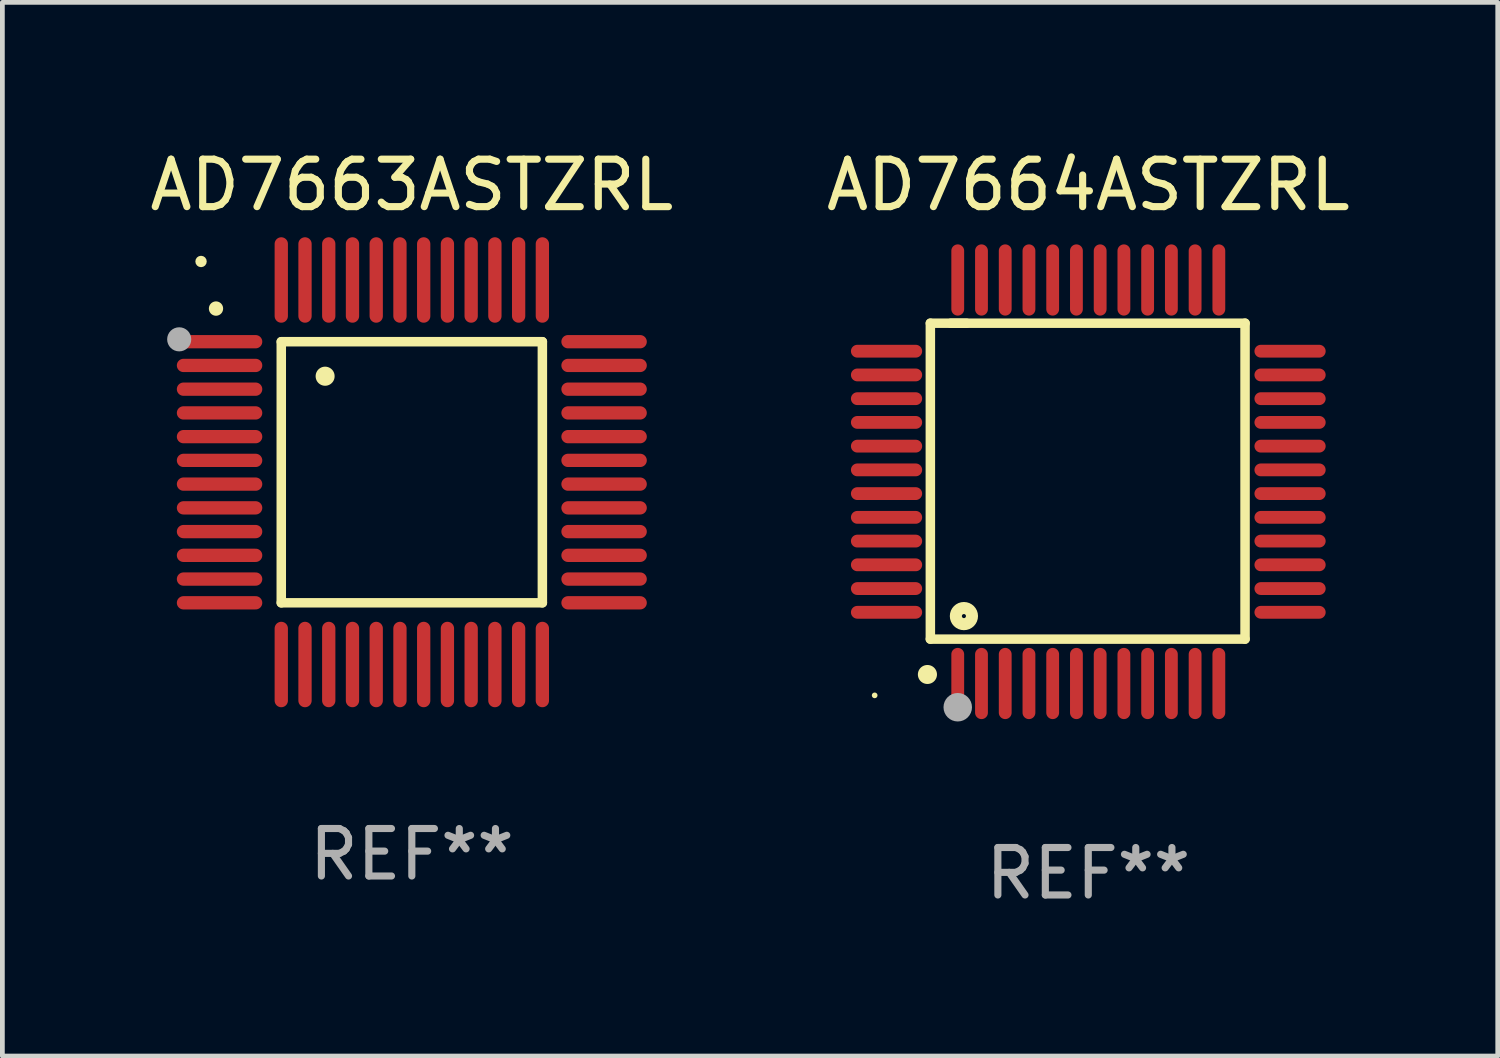
<source format=kicad_pcb>
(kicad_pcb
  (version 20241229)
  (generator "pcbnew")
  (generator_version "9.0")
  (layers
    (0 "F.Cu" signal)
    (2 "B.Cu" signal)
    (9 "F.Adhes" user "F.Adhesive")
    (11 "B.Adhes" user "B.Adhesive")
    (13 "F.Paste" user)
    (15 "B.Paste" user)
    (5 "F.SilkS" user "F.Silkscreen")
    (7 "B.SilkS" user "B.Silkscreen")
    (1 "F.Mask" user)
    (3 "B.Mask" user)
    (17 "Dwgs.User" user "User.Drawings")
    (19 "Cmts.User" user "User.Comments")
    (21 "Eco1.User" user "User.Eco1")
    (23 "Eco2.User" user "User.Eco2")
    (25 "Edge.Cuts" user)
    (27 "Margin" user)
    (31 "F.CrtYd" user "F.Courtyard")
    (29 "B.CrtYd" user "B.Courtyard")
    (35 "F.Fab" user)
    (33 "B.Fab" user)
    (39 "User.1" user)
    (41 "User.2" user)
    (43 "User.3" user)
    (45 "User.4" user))
  (footprint "AD7663ASTZRL"
    (layer "F.Cu")
    (at 5.625 6.898)
    (property "Reference" "AD7663ASTZRL" (at 0 -6.05 0) (layer "F.SilkS") (effects (font (size 1 1) (thickness 0.15))))
    (attr through_hole)
    (fp_line (start -2.75 -2.75) (end 2.75 -2.75) (stroke (width 0.2) (type solid)) (layer "F.SilkS"))
    (fp_line (start -2.75 2.75) (end -2.75 -2.75) (stroke (width 0.2) (type solid)) (layer "F.SilkS"))
    (fp_line (start 2.75 -2.75) (end 2.75 2.75) (stroke (width 0.2) (type solid)) (layer "F.SilkS"))
    (fp_line (start 2.75 2.75) (end -2.75 2.75) (stroke (width 0.2) (type solid)) (layer "F.SilkS"))
    (fp_arc (start -4.124968 -3.446787) (mid -4.124973 -3.448057) (end -4.124968 -3.449327) (stroke (width 0.3) (type solid)) (layer "F.SilkS"))
    (fp_arc (start -1.826264 -2.021844) (mid -1.826268 -2.023114) (end -1.826264 -2.024384) (stroke (width 0.4) (type solid)) (layer "F.SilkS"))
    (fp_circle (center -4.44 -4.44) (end -4.38 -4.44) (stroke (width 0.12) (type solid)) (fill no) (layer "F.SilkS"))
    (fp_circle (center -4.9 -2.8) (end -4.773 -2.8) (stroke (width 0.254) (type solid)) (fill no) (layer "F.Fab"))
    (fp_text user "REF**" (at 0 8.05 0) (layer "F.Fab") (effects (font (size 1 1) (thickness 0.15))))
    (pad "1" smd oval (at -4.05 -2.75 90) (size 0.28 1.8) (layers "F.Cu" "F.Mask" "F.Paste"))
    (pad "2" smd oval (at -4.05 -2.25 90) (size 0.28 1.8) (layers "F.Cu" "F.Mask" "F.Paste"))
    (pad "3" smd oval (at -4.05 -1.75 90) (size 0.28 1.8) (layers "F.Cu" "F.Mask" "F.Paste"))
    (pad "4" smd oval (at -4.05 -1.25 90) (size 0.28 1.8) (layers "F.Cu" "F.Mask" "F.Paste"))
    (pad "5" smd oval (at -4.05 -0.75 90) (size 0.28 1.8) (layers "F.Cu" "F.Mask" "F.Paste"))
    (pad "6" smd oval (at -4.05 -0.25 90) (size 0.28 1.8) (layers "F.Cu" "F.Mask" "F.Paste"))
    (pad "7" smd oval (at -4.05 0.25 90) (size 0.28 1.8) (layers "F.Cu" "F.Mask" "F.Paste"))
    (pad "8" smd oval (at -4.05 0.75 90) (size 0.28 1.8) (layers "F.Cu" "F.Mask" "F.Paste"))
    (pad "9" smd oval (at -4.05 1.25 90) (size 0.28 1.8) (layers "F.Cu" "F.Mask" "F.Paste"))
    (pad "10" smd oval (at -4.05 1.75 90) (size 0.28 1.8) (layers "F.Cu" "F.Mask" "F.Paste"))
    (pad "11" smd oval (at -4.05 2.25 90) (size 0.28 1.8) (layers "F.Cu" "F.Mask" "F.Paste"))
    (pad "12" smd oval (at -4.05 2.75 90) (size 0.28 1.8) (layers "F.Cu" "F.Mask" "F.Paste"))
    (pad "13" smd oval (at -2.75 4.05) (size 0.28 1.8) (layers "F.Cu" "F.Mask" "F.Paste"))
    (pad "14" smd oval (at -2.25 4.05) (size 0.28 1.8) (layers "F.Cu" "F.Mask" "F.Paste"))
    (pad "15" smd oval (at -1.75 4.05) (size 0.28 1.8) (layers "F.Cu" "F.Mask" "F.Paste"))
    (pad "16" smd oval (at -1.25 4.05) (size 0.28 1.8) (layers "F.Cu" "F.Mask" "F.Paste"))
    (pad "17" smd oval (at -0.75 4.05) (size 0.28 1.8) (layers "F.Cu" "F.Mask" "F.Paste"))
    (pad "18" smd oval (at -0.25 4.05) (size 0.28 1.8) (layers "F.Cu" "F.Mask" "F.Paste"))
    (pad "19" smd oval (at 0.25 4.05) (size 0.28 1.8) (layers "F.Cu" "F.Mask" "F.Paste"))
    (pad "20" smd oval (at 0.75 4.05) (size 0.28 1.8) (layers "F.Cu" "F.Mask" "F.Paste"))
    (pad "21" smd oval (at 1.25 4.05) (size 0.28 1.8) (layers "F.Cu" "F.Mask" "F.Paste"))
    (pad "22" smd oval (at 1.75 4.05) (size 0.28 1.8) (layers "F.Cu" "F.Mask" "F.Paste"))
    (pad "23" smd oval (at 2.25 4.05) (size 0.28 1.8) (layers "F.Cu" "F.Mask" "F.Paste"))
    (pad "24" smd oval (at 2.75 4.05) (size 0.28 1.8) (layers "F.Cu" "F.Mask" "F.Paste"))
    (pad "25" smd oval (at 4.05 2.75 90) (size 0.28 1.8) (layers "F.Cu" "F.Mask" "F.Paste"))
    (pad "26" smd oval (at 4.05 2.25 90) (size 0.28 1.8) (layers "F.Cu" "F.Mask" "F.Paste"))
    (pad "27" smd oval (at 4.05 1.75 90) (size 0.28 1.8) (layers "F.Cu" "F.Mask" "F.Paste"))
    (pad "28" smd oval (at 4.05 1.25 90) (size 0.28 1.8) (layers "F.Cu" "F.Mask" "F.Paste"))
    (pad "29" smd oval (at 4.05 0.75 90) (size 0.28 1.8) (layers "F.Cu" "F.Mask" "F.Paste"))
    (pad "30" smd oval (at 4.05 0.25 90) (size 0.28 1.8) (layers "F.Cu" "F.Mask" "F.Paste"))
    (pad "31" smd oval (at 4.05 -0.25 90) (size 0.28 1.8) (layers "F.Cu" "F.Mask" "F.Paste"))
    (pad "32" smd oval (at 4.05 -0.75 90) (size 0.28 1.8) (layers "F.Cu" "F.Mask" "F.Paste"))
    (pad "33" smd oval (at 4.05 -1.25 90) (size 0.28 1.8) (layers "F.Cu" "F.Mask" "F.Paste"))
    (pad "34" smd oval (at 4.05 -1.75 90) (size 0.28 1.8) (layers "F.Cu" "F.Mask" "F.Paste"))
    (pad "35" smd oval (at 4.05 -2.25 90) (size 0.28 1.8) (layers "F.Cu" "F.Mask" "F.Paste"))
    (pad "36" smd oval (at 4.05 -2.75 90) (size 0.28 1.8) (layers "F.Cu" "F.Mask" "F.Paste"))
    (pad "37" smd oval (at 2.75 -4.05) (size 0.28 1.8) (layers "F.Cu" "F.Mask" "F.Paste"))
    (pad "38" smd oval (at 2.25 -4.05) (size 0.28 1.8) (layers "F.Cu" "F.Mask" "F.Paste"))
    (pad "39" smd oval (at 1.75 -4.05) (size 0.28 1.8) (layers "F.Cu" "F.Mask" "F.Paste"))
    (pad "40" smd oval (at 1.25 -4.05) (size 0.28 1.8) (layers "F.Cu" "F.Mask" "F.Paste"))
    (pad "41" smd oval (at 0.75 -4.05) (size 0.28 1.8) (layers "F.Cu" "F.Mask" "F.Paste"))
    (pad "42" smd oval (at 0.25 -4.05) (size 0.28 1.8) (layers "F.Cu" "F.Mask" "F.Paste"))
    (pad "43" smd oval (at -0.25 -4.05) (size 0.28 1.8) (layers "F.Cu" "F.Mask" "F.Paste"))
    (pad "44" smd oval (at -0.75 -4.05) (size 0.28 1.8) (layers "F.Cu" "F.Mask" "F.Paste"))
    (pad "45" smd oval (at -1.25 -4.05) (size 0.28 1.8) (layers "F.Cu" "F.Mask" "F.Paste"))
    (pad "46" smd oval (at -1.75 -4.05) (size 0.28 1.8) (layers "F.Cu" "F.Mask" "F.Paste"))
    (pad "47" smd oval (at -2.25 -4.05) (size 0.28 1.8) (layers "F.Cu" "F.Mask" "F.Paste"))
    (pad "48" smd oval (at -2.75 -4.05) (size 0.28 1.8) (layers "F.Cu" "F.Mask" "F.Paste")))
  (footprint "AD7664ASTZRL"
    (layer "F.Cu")
    (at 19.875 7.098)
    (property "Reference" "AD7664ASTZRL" (at 0 -6.25 0) (layer "F.SilkS") (effects (font (size 1 1) (thickness 0.15))))
    (attr through_hole)
    (fp_line (start -3.327 -3.34) (end -2.565 -3.34) (stroke (width 0.2) (type solid)) (layer "F.SilkS"))
    (fp_line (start -3.327 3.315) (end -3.327 -3.34) (stroke (width 0.2) (type solid)) (layer "F.SilkS"))
    (fp_line (start -2.896 -3.34) (end 3.302 -3.34) (stroke (width 0.2) (type solid)) (layer "F.SilkS"))
    (fp_line (start 3.302 -3.34) (end 3.302 3.315) (stroke (width 0.2) (type solid)) (layer "F.SilkS"))
    (fp_line (start 3.302 3.315) (end -3.327 3.315) (stroke (width 0.2) (type solid)) (layer "F.SilkS"))
    (fp_arc (start -3.389992 4.059995) (mid -3.388722 4.059991) (end -3.387452 4.059995) (stroke (width 0.4) (type solid)) (layer "F.SilkS"))
    (fp_circle (center -4.5 4.5) (end -4.47 4.5) (stroke (width 0.06) (type solid)) (fill no) (layer "F.SilkS"))
    (fp_circle (center -2.62 2.83) (end -2.45 2.83) (stroke (width 0.254) (type solid)) (fill no) (layer "F.SilkS"))
    (fp_circle (center -2.75 4.75) (end -2.6 4.75) (stroke (width 0.3) (type solid)) (fill no) (layer "F.Fab"))
    (fp_text user "REF**" (at 0 8.25 0) (layer "F.Fab") (effects (font (size 1 1) (thickness 0.15))))
    (pad "1" smd oval (at -2.75 4.25) (size 0.27 1.5) (layers "F.Cu" "F.Mask" "F.Paste"))
    (pad "2" smd oval (at -2.25 4.25) (size 0.27 1.5) (layers "F.Cu" "F.Mask" "F.Paste"))
    (pad "3" smd oval (at -1.75 4.25) (size 0.27 1.5) (layers "F.Cu" "F.Mask" "F.Paste"))
    (pad "4" smd oval (at -1.25 4.25) (size 0.27 1.5) (layers "F.Cu" "F.Mask" "F.Paste"))
    (pad "5" smd oval (at -0.75 4.25) (size 0.27 1.5) (layers "F.Cu" "F.Mask" "F.Paste"))
    (pad "6" smd oval (at -0.25 4.25) (size 0.27 1.5) (layers "F.Cu" "F.Mask" "F.Paste"))
    (pad "7" smd oval (at 0.25 4.25) (size 0.27 1.5) (layers "F.Cu" "F.Mask" "F.Paste"))
    (pad "8" smd oval (at 0.75 4.25) (size 0.27 1.5) (layers "F.Cu" "F.Mask" "F.Paste"))
    (pad "9" smd oval (at 1.25 4.25) (size 0.27 1.5) (layers "F.Cu" "F.Mask" "F.Paste"))
    (pad "10" smd oval (at 1.75 4.25) (size 0.27 1.5) (layers "F.Cu" "F.Mask" "F.Paste"))
    (pad "11" smd oval (at 2.25 4.25) (size 0.27 1.5) (layers "F.Cu" "F.Mask" "F.Paste"))
    (pad "12" smd oval (at 2.75 4.25) (size 0.27 1.5) (layers "F.Cu" "F.Mask" "F.Paste"))
    (pad "13" smd oval (at 4.25 2.75) (size 1.5 0.27) (layers "F.Cu" "F.Mask" "F.Paste"))
    (pad "14" smd oval (at 4.25 2.25) (size 1.5 0.27) (layers "F.Cu" "F.Mask" "F.Paste"))
    (pad "15" smd oval (at 4.25 1.75) (size 1.5 0.27) (layers "F.Cu" "F.Mask" "F.Paste"))
    (pad "16" smd oval (at 4.25 1.25) (size 1.5 0.27) (layers "F.Cu" "F.Mask" "F.Paste"))
    (pad "17" smd oval (at 4.25 0.75) (size 1.5 0.27) (layers "F.Cu" "F.Mask" "F.Paste"))
    (pad "18" smd oval (at 4.25 0.25) (size 1.5 0.27) (layers "F.Cu" "F.Mask" "F.Paste"))
    (pad "19" smd oval (at 4.25 -0.25) (size 1.5 0.27) (layers "F.Cu" "F.Mask" "F.Paste"))
    (pad "20" smd oval (at 4.25 -0.75) (size 1.5 0.27) (layers "F.Cu" "F.Mask" "F.Paste"))
    (pad "21" smd oval (at 4.25 -1.25) (size 1.5 0.27) (layers "F.Cu" "F.Mask" "F.Paste"))
    (pad "22" smd oval (at 4.25 -1.75) (size 1.5 0.27) (layers "F.Cu" "F.Mask" "F.Paste"))
    (pad "23" smd oval (at 4.25 -2.25) (size 1.5 0.27) (layers "F.Cu" "F.Mask" "F.Paste"))
    (pad "24" smd oval (at 4.25 -2.75) (size 1.5 0.27) (layers "F.Cu" "F.Mask" "F.Paste"))
    (pad "25" smd oval (at 2.75 -4.25) (size 0.27 1.5) (layers "F.Cu" "F.Mask" "F.Paste"))
    (pad "26" smd oval (at 2.25 -4.25) (size 0.27 1.5) (layers "F.Cu" "F.Mask" "F.Paste"))
    (pad "27" smd oval (at 1.75 -4.25) (size 0.27 1.5) (layers "F.Cu" "F.Mask" "F.Paste"))
    (pad "28" smd oval (at 1.25 -4.25) (size 0.27 1.5) (layers "F.Cu" "F.Mask" "F.Paste"))
    (pad "29" smd oval (at 0.75 -4.25) (size 0.27 1.5) (layers "F.Cu" "F.Mask" "F.Paste"))
    (pad "30" smd oval (at 0.25 -4.25) (size 0.27 1.5) (layers "F.Cu" "F.Mask" "F.Paste"))
    (pad "31" smd oval (at -0.25 -4.25) (size 0.27 1.5) (layers "F.Cu" "F.Mask" "F.Paste"))
    (pad "32" smd oval (at -0.75 -4.25) (size 0.27 1.5) (layers "F.Cu" "F.Mask" "F.Paste"))
    (pad "33" smd oval (at -1.25 -4.25) (size 0.27 1.5) (layers "F.Cu" "F.Mask" "F.Paste"))
    (pad "34" smd oval (at -1.75 -4.25) (size 0.27 1.5) (layers "F.Cu" "F.Mask" "F.Paste"))
    (pad "35" smd oval (at -2.25 -4.25) (size 0.27 1.5) (layers "F.Cu" "F.Mask" "F.Paste"))
    (pad "36" smd oval (at -2.75 -4.25) (size 0.27 1.5) (layers "F.Cu" "F.Mask" "F.Paste"))
    (pad "37" smd oval (at -4.25 -2.75) (size 1.5 0.27) (layers "F.Cu" "F.Mask" "F.Paste"))
    (pad "38" smd oval (at -4.25 -2.25) (size 1.5 0.27) (layers "F.Cu" "F.Mask" "F.Paste"))
    (pad "39" smd oval (at -4.25 -1.75) (size 1.5 0.27) (layers "F.Cu" "F.Mask" "F.Paste"))
    (pad "40" smd oval (at -4.25 -1.25) (size 1.5 0.27) (layers "F.Cu" "F.Mask" "F.Paste"))
    (pad "41" smd oval (at -4.25 -0.75) (size 1.5 0.27) (layers "F.Cu" "F.Mask" "F.Paste"))
    (pad "42" smd oval (at -4.25 -0.25) (size 1.5 0.27) (layers "F.Cu" "F.Mask" "F.Paste"))
    (pad "43" smd oval (at -4.25 0.25) (size 1.5 0.27) (layers "F.Cu" "F.Mask" "F.Paste"))
    (pad "44" smd oval (at -4.25 0.75) (size 1.5 0.27) (layers "F.Cu" "F.Mask" "F.Paste"))
    (pad "45" smd oval (at -4.25 1.25) (size 1.5 0.27) (layers "F.Cu" "F.Mask" "F.Paste"))
    (pad "46" smd oval (at -4.25 1.75) (size 1.5 0.27) (layers "F.Cu" "F.Mask" "F.Paste"))
    (pad "47" smd oval (at -4.25 2.25) (size 1.5 0.27) (layers "F.Cu" "F.Mask" "F.Paste"))
    (pad "48" smd oval (at -4.25 2.75) (size 1.5 0.27) (layers "F.Cu" "F.Mask" "F.Paste")))
  (gr_rect
    (start -3 -3)
    (end 28.5 19.196)
    (stroke (width 0.1) (type default))
    (fill no)
    (layer "Edge.Cuts")))
</source>
